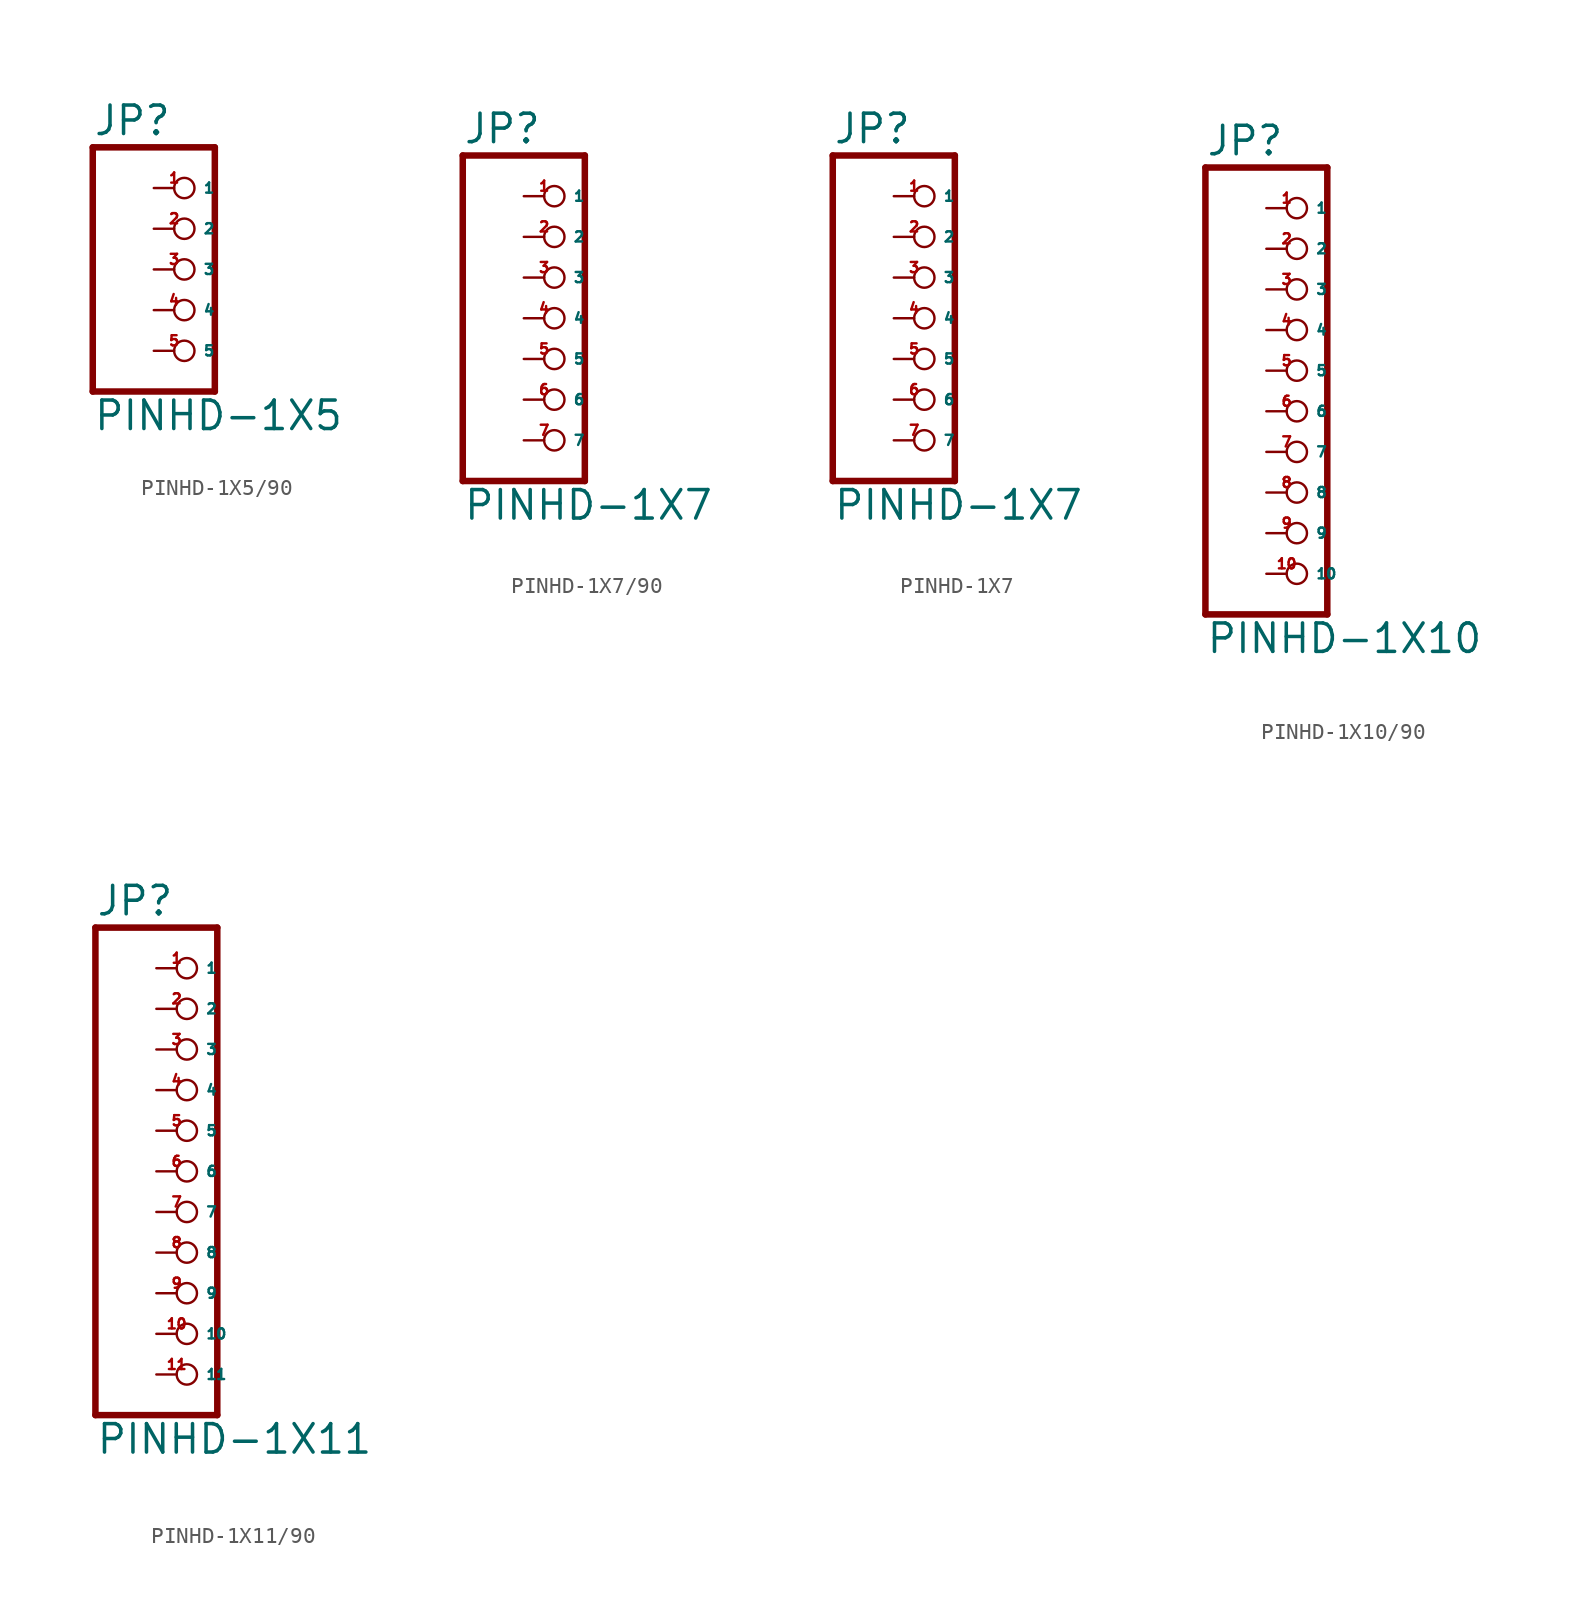
<source format=kicad_sym>
(kicad_symbol_lib
  (version 20220914)
  (generator Eagle2Kicad)
  (symbol "PINHD-1X5/90"
    (property "Reference" "JP"
      (at -6.35 8.255 0)
      (effects (font (size 1.778 1.778) (thickness 0.22)) (justify left bottom)))
    (property "Value" "PINHD-1X5"
      (at -6.35 -10.16 0)
      (effects (font (size 1.778 1.778) (thickness 0.22)) (justify left bottom)))
    (polyline
      (pts (xy -6.35 -7.62) (xy 1.27 -7.62))
      (stroke (width 0.406) (type default))
      (fill (type none)))
    (polyline
      (pts (xy 1.27 -7.62) (xy 1.27 7.62))
      (stroke (width 0.406) (type default))
      (fill (type none)))
    (polyline
      (pts (xy 1.27 7.62) (xy -6.35 7.62))
      (stroke (width 0.406) (type default))
      (fill (type none)))
    (polyline
      (pts (xy -6.35 7.62) (xy -6.35 -7.62))
      (stroke (width 0.406) (type default))
      (fill (type none)))
    (pin passive inverted
      (at -2.54 5.08 0)
      (length 2.54)
      (name "1" (effects (font (size 0.635 0.635) (thickness 0.08)) (justify left bottom)))
      (number "1" (effects (font (size 0.635 0.635) (thickness 0.08)) (justify left bottom))))
    (pin passive inverted
      (at -2.54 2.54 0)
      (length 2.54)
      (name "2" (effects (font (size 0.635 0.635) (thickness 0.08)) (justify left bottom)))
      (number "2" (effects (font (size 0.635 0.635) (thickness 0.08)) (justify left bottom))))
    (pin passive inverted
      (at -2.54 0 0)
      (length 2.54)
      (name "3" (effects (font (size 0.635 0.635) (thickness 0.08)) (justify left bottom)))
      (number "3" (effects (font (size 0.635 0.635) (thickness 0.08)) (justify left bottom))))
    (pin passive inverted
      (at -2.54 -2.54 0)
      (length 2.54)
      (name "4" (effects (font (size 0.635 0.635) (thickness 0.08)) (justify left bottom)))
      (number "4" (effects (font (size 0.635 0.635) (thickness 0.08)) (justify left bottom))))
    (pin passive inverted
      (at -2.54 -5.08 0)
      (length 2.54)
      (name "5" (effects (font (size 0.635 0.635) (thickness 0.08)) (justify left bottom)))
      (number "5" (effects (font (size 0.635 0.635) (thickness 0.08)) (justify left bottom)))))
  (symbol "PINHD-1X7/90"
    (property "Reference" "JP"
      (at -6.35 10.795 0)
      (effects (font (size 1.778 1.778) (thickness 0.22)) (justify left bottom)))
    (property "Value" "PINHD-1X7"
      (at -6.35 -12.7 0)
      (effects (font (size 1.778 1.778) (thickness 0.22)) (justify left bottom)))
    (polyline
      (pts (xy -6.35 -10.16) (xy 1.27 -10.16))
      (stroke (width 0.406) (type default))
      (fill (type none)))
    (polyline
      (pts (xy 1.27 -10.16) (xy 1.27 10.16))
      (stroke (width 0.406) (type default))
      (fill (type none)))
    (polyline
      (pts (xy 1.27 10.16) (xy -6.35 10.16))
      (stroke (width 0.406) (type default))
      (fill (type none)))
    (polyline
      (pts (xy -6.35 10.16) (xy -6.35 -10.16))
      (stroke (width 0.406) (type default))
      (fill (type none)))
    (pin passive inverted
      (at -2.54 7.62 0)
      (length 2.54)
      (name "1" (effects (font (size 0.635 0.635) (thickness 0.08)) (justify left bottom)))
      (number "1" (effects (font (size 0.635 0.635) (thickness 0.08)) (justify left bottom))))
    (pin passive inverted
      (at -2.54 5.08 0)
      (length 2.54)
      (name "2" (effects (font (size 0.635 0.635) (thickness 0.08)) (justify left bottom)))
      (number "2" (effects (font (size 0.635 0.635) (thickness 0.08)) (justify left bottom))))
    (pin passive inverted
      (at -2.54 2.54 0)
      (length 2.54)
      (name "3" (effects (font (size 0.635 0.635) (thickness 0.08)) (justify left bottom)))
      (number "3" (effects (font (size 0.635 0.635) (thickness 0.08)) (justify left bottom))))
    (pin passive inverted
      (at -2.54 0 0)
      (length 2.54)
      (name "4" (effects (font (size 0.635 0.635) (thickness 0.08)) (justify left bottom)))
      (number "4" (effects (font (size 0.635 0.635) (thickness 0.08)) (justify left bottom))))
    (pin passive inverted
      (at -2.54 -2.54 0)
      (length 2.54)
      (name "5" (effects (font (size 0.635 0.635) (thickness 0.08)) (justify left bottom)))
      (number "5" (effects (font (size 0.635 0.635) (thickness 0.08)) (justify left bottom))))
    (pin passive inverted
      (at -2.54 -5.08 0)
      (length 2.54)
      (name "6" (effects (font (size 0.635 0.635) (thickness 0.08)) (justify left bottom)))
      (number "6" (effects (font (size 0.635 0.635) (thickness 0.08)) (justify left bottom))))
    (pin passive inverted
      (at -2.54 -7.62 0)
      (length 2.54)
      (name "7" (effects (font (size 0.635 0.635) (thickness 0.08)) (justify left bottom)))
      (number "7" (effects (font (size 0.635 0.635) (thickness 0.08)) (justify left bottom)))))
  (symbol "PINHD-1X7"
    (property "Reference" "JP"
      (at -6.35 10.795 0)
      (effects (font (size 1.778 1.778) (thickness 0.22)) (justify left bottom)))
    (property "Value" "PINHD-1X7"
      (at -6.35 -12.7 0)
      (effects (font (size 1.778 1.778) (thickness 0.22)) (justify left bottom)))
    (polyline
      (pts (xy -6.35 -10.16) (xy 1.27 -10.16))
      (stroke (width 0.406) (type default))
      (fill (type none)))
    (polyline
      (pts (xy 1.27 -10.16) (xy 1.27 10.16))
      (stroke (width 0.406) (type default))
      (fill (type none)))
    (polyline
      (pts (xy 1.27 10.16) (xy -6.35 10.16))
      (stroke (width 0.406) (type default))
      (fill (type none)))
    (polyline
      (pts (xy -6.35 10.16) (xy -6.35 -10.16))
      (stroke (width 0.406) (type default))
      (fill (type none)))
    (pin passive inverted
      (at -2.54 7.62 0)
      (length 2.54)
      (name "1" (effects (font (size 0.635 0.635) (thickness 0.08)) (justify left bottom)))
      (number "1" (effects (font (size 0.635 0.635) (thickness 0.08)) (justify left bottom))))
    (pin passive inverted
      (at -2.54 5.08 0)
      (length 2.54)
      (name "2" (effects (font (size 0.635 0.635) (thickness 0.08)) (justify left bottom)))
      (number "2" (effects (font (size 0.635 0.635) (thickness 0.08)) (justify left bottom))))
    (pin passive inverted
      (at -2.54 2.54 0)
      (length 2.54)
      (name "3" (effects (font (size 0.635 0.635) (thickness 0.08)) (justify left bottom)))
      (number "3" (effects (font (size 0.635 0.635) (thickness 0.08)) (justify left bottom))))
    (pin passive inverted
      (at -2.54 0 0)
      (length 2.54)
      (name "4" (effects (font (size 0.635 0.635) (thickness 0.08)) (justify left bottom)))
      (number "4" (effects (font (size 0.635 0.635) (thickness 0.08)) (justify left bottom))))
    (pin passive inverted
      (at -2.54 -2.54 0)
      (length 2.54)
      (name "5" (effects (font (size 0.635 0.635) (thickness 0.08)) (justify left bottom)))
      (number "5" (effects (font (size 0.635 0.635) (thickness 0.08)) (justify left bottom))))
    (pin passive inverted
      (at -2.54 -5.08 0)
      (length 2.54)
      (name "6" (effects (font (size 0.635 0.635) (thickness 0.08)) (justify left bottom)))
      (number "6" (effects (font (size 0.635 0.635) (thickness 0.08)) (justify left bottom))))
    (pin passive inverted
      (at -2.54 -7.62 0)
      (length 2.54)
      (name "7" (effects (font (size 0.635 0.635) (thickness 0.08)) (justify left bottom)))
      (number "7" (effects (font (size 0.635 0.635) (thickness 0.08)) (justify left bottom)))))
  (symbol "PINHD-1X10/90"
    (property "Reference" "JP"
      (at -6.35 13.335 0)
      (effects (font (size 1.778 1.778) (thickness 0.22)) (justify left bottom)))
    (property "Value" "PINHD-1X10"
      (at -6.35 -17.78 0)
      (effects (font (size 1.778 1.778) (thickness 0.22)) (justify left bottom)))
    (polyline
      (pts (xy -6.35 -15.24) (xy 1.27 -15.24))
      (stroke (width 0.406) (type default))
      (fill (type none)))
    (polyline
      (pts (xy 1.27 -15.24) (xy 1.27 12.7))
      (stroke (width 0.406) (type default))
      (fill (type none)))
    (polyline
      (pts (xy 1.27 12.7) (xy -6.35 12.7))
      (stroke (width 0.406) (type default))
      (fill (type none)))
    (polyline
      (pts (xy -6.35 12.7) (xy -6.35 -15.24))
      (stroke (width 0.406) (type default))
      (fill (type none)))
    (pin passive inverted
      (at -2.54 10.16 0)
      (length 2.54)
      (name "1" (effects (font (size 0.635 0.635) (thickness 0.08)) (justify left bottom)))
      (number "1" (effects (font (size 0.635 0.635) (thickness 0.08)) (justify left bottom))))
    (pin passive inverted
      (at -2.54 7.62 0)
      (length 2.54)
      (name "2" (effects (font (size 0.635 0.635) (thickness 0.08)) (justify left bottom)))
      (number "2" (effects (font (size 0.635 0.635) (thickness 0.08)) (justify left bottom))))
    (pin passive inverted
      (at -2.54 5.08 0)
      (length 2.54)
      (name "3" (effects (font (size 0.635 0.635) (thickness 0.08)) (justify left bottom)))
      (number "3" (effects (font (size 0.635 0.635) (thickness 0.08)) (justify left bottom))))
    (pin passive inverted
      (at -2.54 2.54 0)
      (length 2.54)
      (name "4" (effects (font (size 0.635 0.635) (thickness 0.08)) (justify left bottom)))
      (number "4" (effects (font (size 0.635 0.635) (thickness 0.08)) (justify left bottom))))
    (pin passive inverted
      (at -2.54 0 0)
      (length 2.54)
      (name "5" (effects (font (size 0.635 0.635) (thickness 0.08)) (justify left bottom)))
      (number "5" (effects (font (size 0.635 0.635) (thickness 0.08)) (justify left bottom))))
    (pin passive inverted
      (at -2.54 -2.54 0)
      (length 2.54)
      (name "6" (effects (font (size 0.635 0.635) (thickness 0.08)) (justify left bottom)))
      (number "6" (effects (font (size 0.635 0.635) (thickness 0.08)) (justify left bottom))))
    (pin passive inverted
      (at -2.54 -5.08 0)
      (length 2.54)
      (name "7" (effects (font (size 0.635 0.635) (thickness 0.08)) (justify left bottom)))
      (number "7" (effects (font (size 0.635 0.635) (thickness 0.08)) (justify left bottom))))
    (pin passive inverted
      (at -2.54 -7.62 0)
      (length 2.54)
      (name "8" (effects (font (size 0.635 0.635) (thickness 0.08)) (justify left bottom)))
      (number "8" (effects (font (size 0.635 0.635) (thickness 0.08)) (justify left bottom))))
    (pin passive inverted
      (at -2.54 -10.16 0)
      (length 2.54)
      (name "9" (effects (font (size 0.635 0.635) (thickness 0.08)) (justify left bottom)))
      (number "9" (effects (font (size 0.635 0.635) (thickness 0.08)) (justify left bottom))))
    (pin passive inverted
      (at -2.54 -12.7 0)
      (length 2.54)
      (name "10" (effects (font (size 0.635 0.635) (thickness 0.08)) (justify left bottom)))
      (number "10" (effects (font (size 0.635 0.635) (thickness 0.08)) (justify left bottom)))))
  (symbol "PINHD-1X11/90"
    (property "Reference" "JP"
      (at -6.35 15.875 0)
      (effects (font (size 1.778 1.778) (thickness 0.22)) (justify left bottom)))
    (property "Value" "PINHD-1X11"
      (at -6.35 -17.78 0)
      (effects (font (size 1.778 1.778) (thickness 0.22)) (justify left bottom)))
    (polyline
      (pts (xy -6.35 -15.24) (xy 1.27 -15.24))
      (stroke (width 0.406) (type default))
      (fill (type none)))
    (polyline
      (pts (xy 1.27 -15.24) (xy 1.27 15.24))
      (stroke (width 0.406) (type default))
      (fill (type none)))
    (polyline
      (pts (xy 1.27 15.24) (xy -6.35 15.24))
      (stroke (width 0.406) (type default))
      (fill (type none)))
    (polyline
      (pts (xy -6.35 15.24) (xy -6.35 -15.24))
      (stroke (width 0.406) (type default))
      (fill (type none)))
    (pin passive inverted
      (at -2.54 12.7 0)
      (length 2.54)
      (name "1" (effects (font (size 0.635 0.635) (thickness 0.08)) (justify left bottom)))
      (number "1" (effects (font (size 0.635 0.635) (thickness 0.08)) (justify left bottom))))
    (pin passive inverted
      (at -2.54 10.16 0)
      (length 2.54)
      (name "2" (effects (font (size 0.635 0.635) (thickness 0.08)) (justify left bottom)))
      (number "2" (effects (font (size 0.635 0.635) (thickness 0.08)) (justify left bottom))))
    (pin passive inverted
      (at -2.54 7.62 0)
      (length 2.54)
      (name "3" (effects (font (size 0.635 0.635) (thickness 0.08)) (justify left bottom)))
      (number "3" (effects (font (size 0.635 0.635) (thickness 0.08)) (justify left bottom))))
    (pin passive inverted
      (at -2.54 5.08 0)
      (length 2.54)
      (name "4" (effects (font (size 0.635 0.635) (thickness 0.08)) (justify left bottom)))
      (number "4" (effects (font (size 0.635 0.635) (thickness 0.08)) (justify left bottom))))
    (pin passive inverted
      (at -2.54 2.54 0)
      (length 2.54)
      (name "5" (effects (font (size 0.635 0.635) (thickness 0.08)) (justify left bottom)))
      (number "5" (effects (font (size 0.635 0.635) (thickness 0.08)) (justify left bottom))))
    (pin passive inverted
      (at -2.54 0 0)
      (length 2.54)
      (name "6" (effects (font (size 0.635 0.635) (thickness 0.08)) (justify left bottom)))
      (number "6" (effects (font (size 0.635 0.635) (thickness 0.08)) (justify left bottom))))
    (pin passive inverted
      (at -2.54 -2.54 0)
      (length 2.54)
      (name "7" (effects (font (size 0.635 0.635) (thickness 0.08)) (justify left bottom)))
      (number "7" (effects (font (size 0.635 0.635) (thickness 0.08)) (justify left bottom))))
    (pin passive inverted
      (at -2.54 -5.08 0)
      (length 2.54)
      (name "8" (effects (font (size 0.635 0.635) (thickness 0.08)) (justify left bottom)))
      (number "8" (effects (font (size 0.635 0.635) (thickness 0.08)) (justify left bottom))))
    (pin passive inverted
      (at -2.54 -7.62 0)
      (length 2.54)
      (name "9" (effects (font (size 0.635 0.635) (thickness 0.08)) (justify left bottom)))
      (number "9" (effects (font (size 0.635 0.635) (thickness 0.08)) (justify left bottom))))
    (pin passive inverted
      (at -2.54 -10.16 0)
      (length 2.54)
      (name "10" (effects (font (size 0.635 0.635) (thickness 0.08)) (justify left bottom)))
      (number "10" (effects (font (size 0.635 0.635) (thickness 0.08)) (justify left bottom))))
    (pin passive inverted
      (at -2.54 -12.7 0)
      (length 2.54)
      (name "11" (effects (font (size 0.635 0.635) (thickness 0.08)) (justify left bottom)))
      (number "11" (effects (font (size 0.635 0.635) (thickness 0.08)) (justify left bottom))))))
</source>
